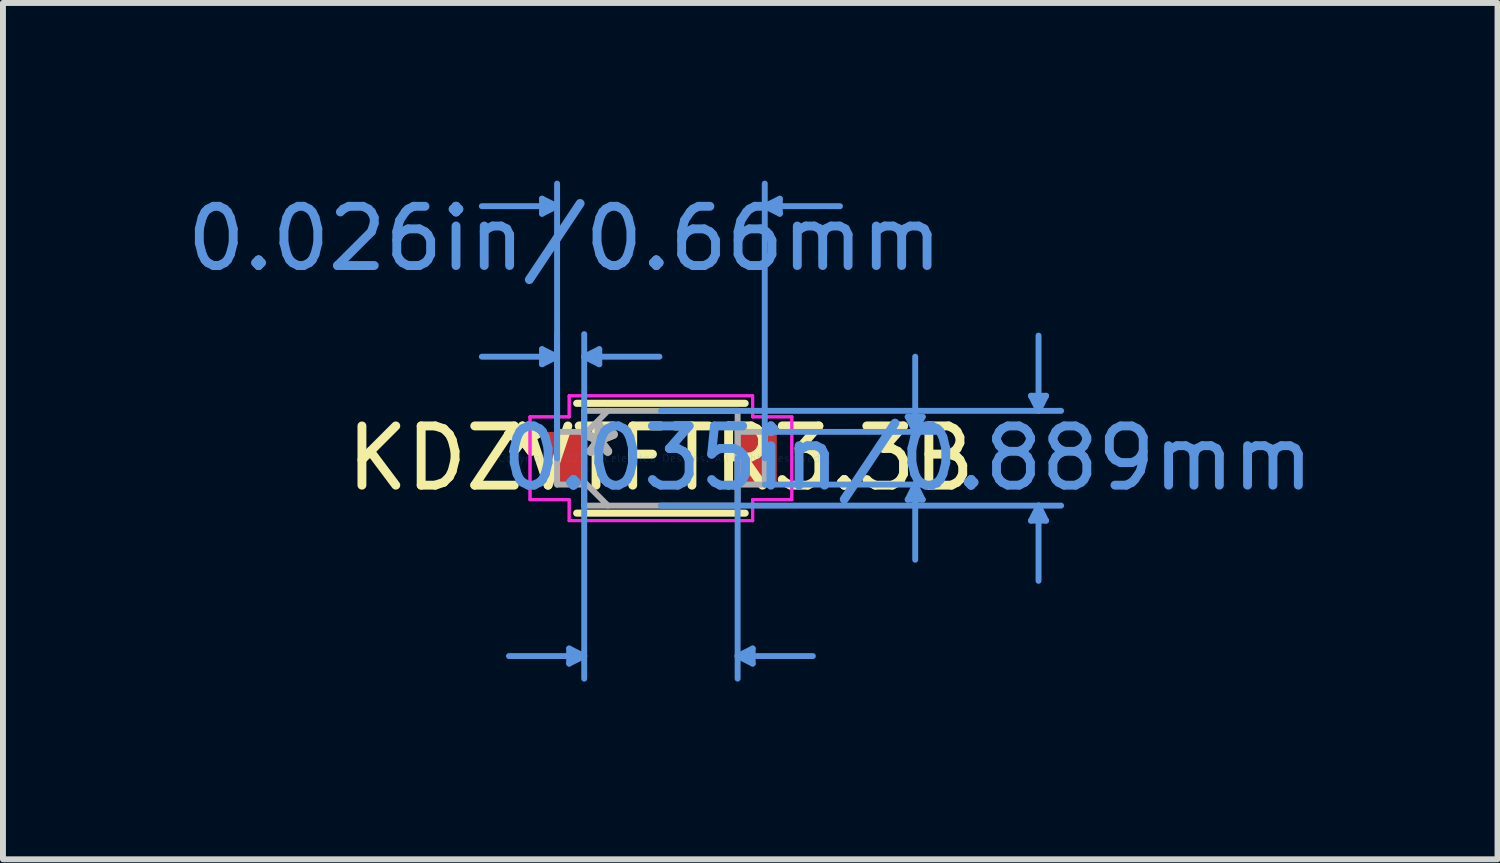
<source format=kicad_pcb>
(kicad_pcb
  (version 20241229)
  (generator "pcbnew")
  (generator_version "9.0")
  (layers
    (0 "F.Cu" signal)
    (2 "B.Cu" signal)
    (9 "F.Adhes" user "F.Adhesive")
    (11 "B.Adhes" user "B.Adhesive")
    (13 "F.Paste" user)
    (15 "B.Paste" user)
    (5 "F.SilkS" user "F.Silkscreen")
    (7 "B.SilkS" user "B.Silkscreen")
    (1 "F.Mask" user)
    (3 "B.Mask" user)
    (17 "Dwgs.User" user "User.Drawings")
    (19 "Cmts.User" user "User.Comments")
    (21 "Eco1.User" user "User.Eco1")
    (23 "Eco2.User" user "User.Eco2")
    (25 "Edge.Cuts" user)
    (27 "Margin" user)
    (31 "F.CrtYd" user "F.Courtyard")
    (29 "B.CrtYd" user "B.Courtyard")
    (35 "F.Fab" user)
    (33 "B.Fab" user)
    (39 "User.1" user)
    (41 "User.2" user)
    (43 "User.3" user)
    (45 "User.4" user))
  (footprint "KDZVTFTR3.3B"
    (layer "F.Cu")
    (at 8.108 4.686)
    (property "Reference" "KDZVTFTR3.3B" (at 0 0 0) (layer "F.SilkS") (effects (font (size 1 1) (thickness 0.15))))
    (attr through_hole)
    (fp_line (start -1.422 0.927) (end 1.422 0.927) (stroke (width 0.12) (type solid)) (layer "F.SilkS"))
    (fp_line (start 1.422 -0.927) (end -1.422 -0.927) (stroke (width 0.12) (type solid)) (layer "F.SilkS"))
    (fp_line (start -2.007 -4.381) (end -2.007 -4.128) (stroke (width 0.1) (type solid)) (layer "Cmts.User"))
    (fp_line (start -2.007 -1.841) (end -2.007 -1.587) (stroke (width 0.1) (type solid)) (layer "Cmts.User"))
    (fp_line (start -1.753 -4.255) (end -3.023 -4.255) (stroke (width 0.1) (type solid)) (layer "Cmts.User"))
    (fp_line (start -1.753 -4.255) (end -2.007 -4.381) (stroke (width 0.1) (type solid)) (layer "Cmts.User"))
    (fp_line (start -1.753 -4.255) (end -2.007 -4.128) (stroke (width 0.1) (type solid)) (layer "Cmts.User"))
    (fp_line (start -1.753 -1.714) (end -3.023 -1.714) (stroke (width 0.1) (type solid)) (layer "Cmts.User"))
    (fp_line (start -1.753 -1.714) (end -2.007 -1.841) (stroke (width 0.1) (type solid)) (layer "Cmts.User"))
    (fp_line (start -1.753 -1.714) (end -2.007 -1.587) (stroke (width 0.1) (type solid)) (layer "Cmts.User"))
    (fp_line (start -1.753 0) (end -1.753 -4.636) (stroke (width 0.1) (type solid)) (layer "Cmts.User"))
    (fp_line (start -1.753 0) (end -1.753 -2.095) (stroke (width 0.1) (type solid)) (layer "Cmts.User"))
    (fp_line (start -1.549 3.213) (end -1.549 3.467) (stroke (width 0.1) (type solid)) (layer "Cmts.User"))
    (fp_line (start -1.295 -1.714) (end -1.041 -1.841) (stroke (width 0.1) (type solid)) (layer "Cmts.User"))
    (fp_line (start -1.295 -1.714) (end -1.041 -1.587) (stroke (width 0.1) (type solid)) (layer "Cmts.User"))
    (fp_line (start -1.295 -1.714) (end -0.025 -1.714) (stroke (width 0.1) (type solid)) (layer "Cmts.User"))
    (fp_line (start -1.295 0) (end -1.295 -2.095) (stroke (width 0.1) (type solid)) (layer "Cmts.User"))
    (fp_line (start -1.295 0) (end -1.295 3.721) (stroke (width 0.1) (type solid)) (layer "Cmts.User"))
    (fp_line (start -1.295 3.34) (end -2.565 3.34) (stroke (width 0.1) (type solid)) (layer "Cmts.User"))
    (fp_line (start -1.295 3.34) (end -1.549 3.213) (stroke (width 0.1) (type solid)) (layer "Cmts.User"))
    (fp_line (start -1.295 3.34) (end -1.549 3.467) (stroke (width 0.1) (type solid)) (layer "Cmts.User"))
    (fp_line (start -1.041 -1.841) (end -1.041 -1.587) (stroke (width 0.1) (type solid)) (layer "Cmts.User"))
    (fp_line (start 0 -0.8) (end 6.756 -0.8) (stroke (width 0.1) (type solid)) (layer "Cmts.User"))
    (fp_line (start 0 0.8) (end 6.756 0.8) (stroke (width 0.1) (type solid)) (layer "Cmts.User"))
    (fp_line (start 1.295 0) (end 1.295 3.721) (stroke (width 0.1) (type solid)) (layer "Cmts.User"))
    (fp_line (start 1.295 3.34) (end 1.549 3.213) (stroke (width 0.1) (type solid)) (layer "Cmts.User"))
    (fp_line (start 1.295 3.34) (end 1.549 3.467) (stroke (width 0.1) (type solid)) (layer "Cmts.User"))
    (fp_line (start 1.295 3.34) (end 2.565 3.34) (stroke (width 0.1) (type solid)) (layer "Cmts.User"))
    (fp_line (start 1.549 3.213) (end 1.549 3.467) (stroke (width 0.1) (type solid)) (layer "Cmts.User"))
    (fp_line (start 1.753 -4.255) (end 2.007 -4.381) (stroke (width 0.1) (type solid)) (layer "Cmts.User"))
    (fp_line (start 1.753 -4.255) (end 2.007 -4.128) (stroke (width 0.1) (type solid)) (layer "Cmts.User"))
    (fp_line (start 1.753 -4.255) (end 3.023 -4.255) (stroke (width 0.1) (type solid)) (layer "Cmts.User"))
    (fp_line (start 1.753 -0.445) (end 4.674 -0.445) (stroke (width 0.1) (type solid)) (layer "Cmts.User"))
    (fp_line (start 1.753 0) (end 1.753 -4.636) (stroke (width 0.1) (type solid)) (layer "Cmts.User"))
    (fp_line (start 1.753 0.445) (end 4.674 0.445) (stroke (width 0.1) (type solid)) (layer "Cmts.User"))
    (fp_line (start 2.007 -4.381) (end 2.007 -4.128) (stroke (width 0.1) (type solid)) (layer "Cmts.User"))
    (fp_line (start 4.166 -0.699) (end 4.42 -0.699) (stroke (width 0.1) (type solid)) (layer "Cmts.User"))
    (fp_line (start 4.166 0.699) (end 4.42 0.699) (stroke (width 0.1) (type solid)) (layer "Cmts.User"))
    (fp_line (start 4.293 -0.445) (end 4.166 -0.699) (stroke (width 0.1) (type solid)) (layer "Cmts.User"))
    (fp_line (start 4.293 -0.445) (end 4.293 -1.714) (stroke (width 0.1) (type solid)) (layer "Cmts.User"))
    (fp_line (start 4.293 -0.445) (end 4.42 -0.699) (stroke (width 0.1) (type solid)) (layer "Cmts.User"))
    (fp_line (start 4.293 0.445) (end 4.166 0.699) (stroke (width 0.1) (type solid)) (layer "Cmts.User"))
    (fp_line (start 4.293 0.445) (end 4.293 1.714) (stroke (width 0.1) (type solid)) (layer "Cmts.User"))
    (fp_line (start 4.293 0.445) (end 4.42 0.699) (stroke (width 0.1) (type solid)) (layer "Cmts.User"))
    (fp_line (start 6.248 -1.054) (end 6.502 -1.054) (stroke (width 0.1) (type solid)) (layer "Cmts.User"))
    (fp_line (start 6.248 1.054) (end 6.502 1.054) (stroke (width 0.1) (type solid)) (layer "Cmts.User"))
    (fp_line (start 6.375 -0.8) (end 6.248 -1.054) (stroke (width 0.1) (type solid)) (layer "Cmts.User"))
    (fp_line (start 6.375 -0.8) (end 6.375 -2.07) (stroke (width 0.1) (type solid)) (layer "Cmts.User"))
    (fp_line (start 6.375 -0.8) (end 6.502 -1.054) (stroke (width 0.1) (type solid)) (layer "Cmts.User"))
    (fp_line (start 6.375 0.8) (end 6.248 1.054) (stroke (width 0.1) (type solid)) (layer "Cmts.User"))
    (fp_line (start 6.375 0.8) (end 6.375 2.07) (stroke (width 0.1) (type solid)) (layer "Cmts.User"))
    (fp_line (start 6.375 0.8) (end 6.502 1.054) (stroke (width 0.1) (type solid)) (layer "Cmts.User"))
    (fp_line (start -2.21 -0.699) (end -1.549 -0.699) (stroke (width 0.05) (type solid)) (layer "F.CrtYd"))
    (fp_line (start -2.21 -0.699) (end -1.549 -0.699) (stroke (width 0.05) (type solid)) (layer "F.CrtYd"))
    (fp_line (start -2.21 0.699) (end -2.21 -0.699) (stroke (width 0.05) (type solid)) (layer "F.CrtYd"))
    (fp_line (start -2.21 0.699) (end -2.21 -0.699) (stroke (width 0.05) (type solid)) (layer "F.CrtYd"))
    (fp_line (start -1.549 -1.054) (end 1.549 -1.054) (stroke (width 0.05) (type solid)) (layer "F.CrtYd"))
    (fp_line (start -1.549 -1.054) (end 1.549 -1.054) (stroke (width 0.05) (type solid)) (layer "F.CrtYd"))
    (fp_line (start -1.549 -0.699) (end -1.549 -1.054) (stroke (width 0.05) (type solid)) (layer "F.CrtYd"))
    (fp_line (start -1.549 -0.699) (end -1.549 -1.054) (stroke (width 0.05) (type solid)) (layer "F.CrtYd"))
    (fp_line (start -1.549 0.699) (end -2.21 0.699) (stroke (width 0.05) (type solid)) (layer "F.CrtYd"))
    (fp_line (start -1.549 0.699) (end -2.21 0.699) (stroke (width 0.05) (type solid)) (layer "F.CrtYd"))
    (fp_line (start -1.549 1.054) (end -1.549 0.699) (stroke (width 0.05) (type solid)) (layer "F.CrtYd"))
    (fp_line (start -1.549 1.054) (end -1.549 0.699) (stroke (width 0.05) (type solid)) (layer "F.CrtYd"))
    (fp_line (start 1.549 -1.054) (end 1.549 -0.699) (stroke (width 0.05) (type solid)) (layer "F.CrtYd"))
    (fp_line (start 1.549 -1.054) (end 1.549 -0.699) (stroke (width 0.05) (type solid)) (layer "F.CrtYd"))
    (fp_line (start 1.549 -0.699) (end 2.21 -0.699) (stroke (width 0.05) (type solid)) (layer "F.CrtYd"))
    (fp_line (start 1.549 -0.699) (end 2.21 -0.699) (stroke (width 0.05) (type solid)) (layer "F.CrtYd"))
    (fp_line (start 1.549 0.699) (end 1.549 1.054) (stroke (width 0.05) (type solid)) (layer "F.CrtYd"))
    (fp_line (start 1.549 0.699) (end 1.549 1.054) (stroke (width 0.05) (type solid)) (layer "F.CrtYd"))
    (fp_line (start 1.549 1.054) (end -1.549 1.054) (stroke (width 0.05) (type solid)) (layer "F.CrtYd"))
    (fp_line (start 1.549 1.054) (end -1.549 1.054) (stroke (width 0.05) (type solid)) (layer "F.CrtYd"))
    (fp_line (start 2.21 -0.699) (end 2.21 0.699) (stroke (width 0.05) (type solid)) (layer "F.CrtYd"))
    (fp_line (start 2.21 -0.699) (end 2.21 0.699) (stroke (width 0.05) (type solid)) (layer "F.CrtYd"))
    (fp_line (start 2.21 0.699) (end 1.549 0.699) (stroke (width 0.05) (type solid)) (layer "F.CrtYd"))
    (fp_line (start 2.21 0.699) (end 1.549 0.699) (stroke (width 0.05) (type solid)) (layer "F.CrtYd"))
    (fp_line (start -1.753 -0.445) (end -1.753 0.445) (stroke (width 0.1) (type solid)) (layer "F.Fab"))
    (fp_line (start -1.753 0.445) (end -1.295 0.445) (stroke (width 0.1) (type solid)) (layer "F.Fab"))
    (fp_line (start -1.295 -0.8) (end -1.295 0.8) (stroke (width 0.1) (type solid)) (layer "F.Fab"))
    (fp_line (start -1.295 -0.445) (end -1.753 -0.445) (stroke (width 0.1) (type solid)) (layer "F.Fab"))
    (fp_line (start -1.295 -0.4) (end -0.895 -0.8) (stroke (width 0.1) (type solid)) (layer "F.Fab"))
    (fp_line (start -1.295 0.4) (end -0.895 0.8) (stroke (width 0.1) (type solid)) (layer "F.Fab"))
    (fp_line (start -1.295 0.445) (end -1.295 -0.445) (stroke (width 0.1) (type solid)) (layer "F.Fab"))
    (fp_line (start -1.295 0.8) (end 1.295 0.8) (stroke (width 0.1) (type solid)) (layer "F.Fab"))
    (fp_line (start 1.295 -0.8) (end -1.295 -0.8) (stroke (width 0.1) (type solid)) (layer "F.Fab"))
    (fp_line (start 1.295 -0.445) (end 1.295 0.445) (stroke (width 0.1) (type solid)) (layer "F.Fab"))
    (fp_line (start 1.295 0.445) (end 1.753 0.445) (stroke (width 0.1) (type solid)) (layer "F.Fab"))
    (fp_line (start 1.295 0.8) (end 1.295 -0.8) (stroke (width 0.1) (type solid)) (layer "F.Fab"))
    (fp_line (start 1.753 -0.445) (end 1.295 -0.445) (stroke (width 0.1) (type solid)) (layer "F.Fab"))
    (fp_line (start 1.753 0.445) (end 1.753 -0.445) (stroke (width 0.1) (type solid)) (layer "F.Fab"))
    (fp_text user "*" (at -2.337 0 0) (layer "F.SilkS") (effects (font (size 1 1) (thickness 0.15))))
    (fp_text user "*" (at -2.337 0 0) (layer "F.SilkS") (effects (font (size 1 1) (thickness 0.15))))
    (fp_text user "0.026in/0.66mm" (at -1.626 -3.708 0) (layer "Cmts.User") (effects (font (size 1 1) (thickness 0.15))))
    (fp_text user "Copyright 2021 Accelerated Designs. All rights reserved." (at 0 0 0) (layer "Cmts.User") (effects (font (size 0.127 0.127) (thickness 0.002))))
    (fp_text user "0.035in/0.889mm" (at 4.166 0 0) (layer "Cmts.User") (effects (font (size 1 1) (thickness 0.15))))
    (fp_text user "*" (at -1.041 0 0) (layer "F.Fab") (effects (font (size 1 1) (thickness 0.15))))
    (fp_text user "*" (at -1.041 0 0) (layer "F.Fab") (effects (font (size 1 1) (thickness 0.15))))
    (pad "1" smd rect (at -1.626 0) (size 0.66 0.889) (layers "F.Cu" "F.Mask" "F.Paste"))
    (pad "2" smd rect (at 1.626 0) (size 0.66 0.889) (layers "F.Cu" "F.Mask" "F.Paste")))
  (gr_rect
    (start -3 -3)
    (end 22.232 11.457)
    (stroke (width 0.1) (type default))
    (fill no)
    (layer "Edge.Cuts")))
</source>
